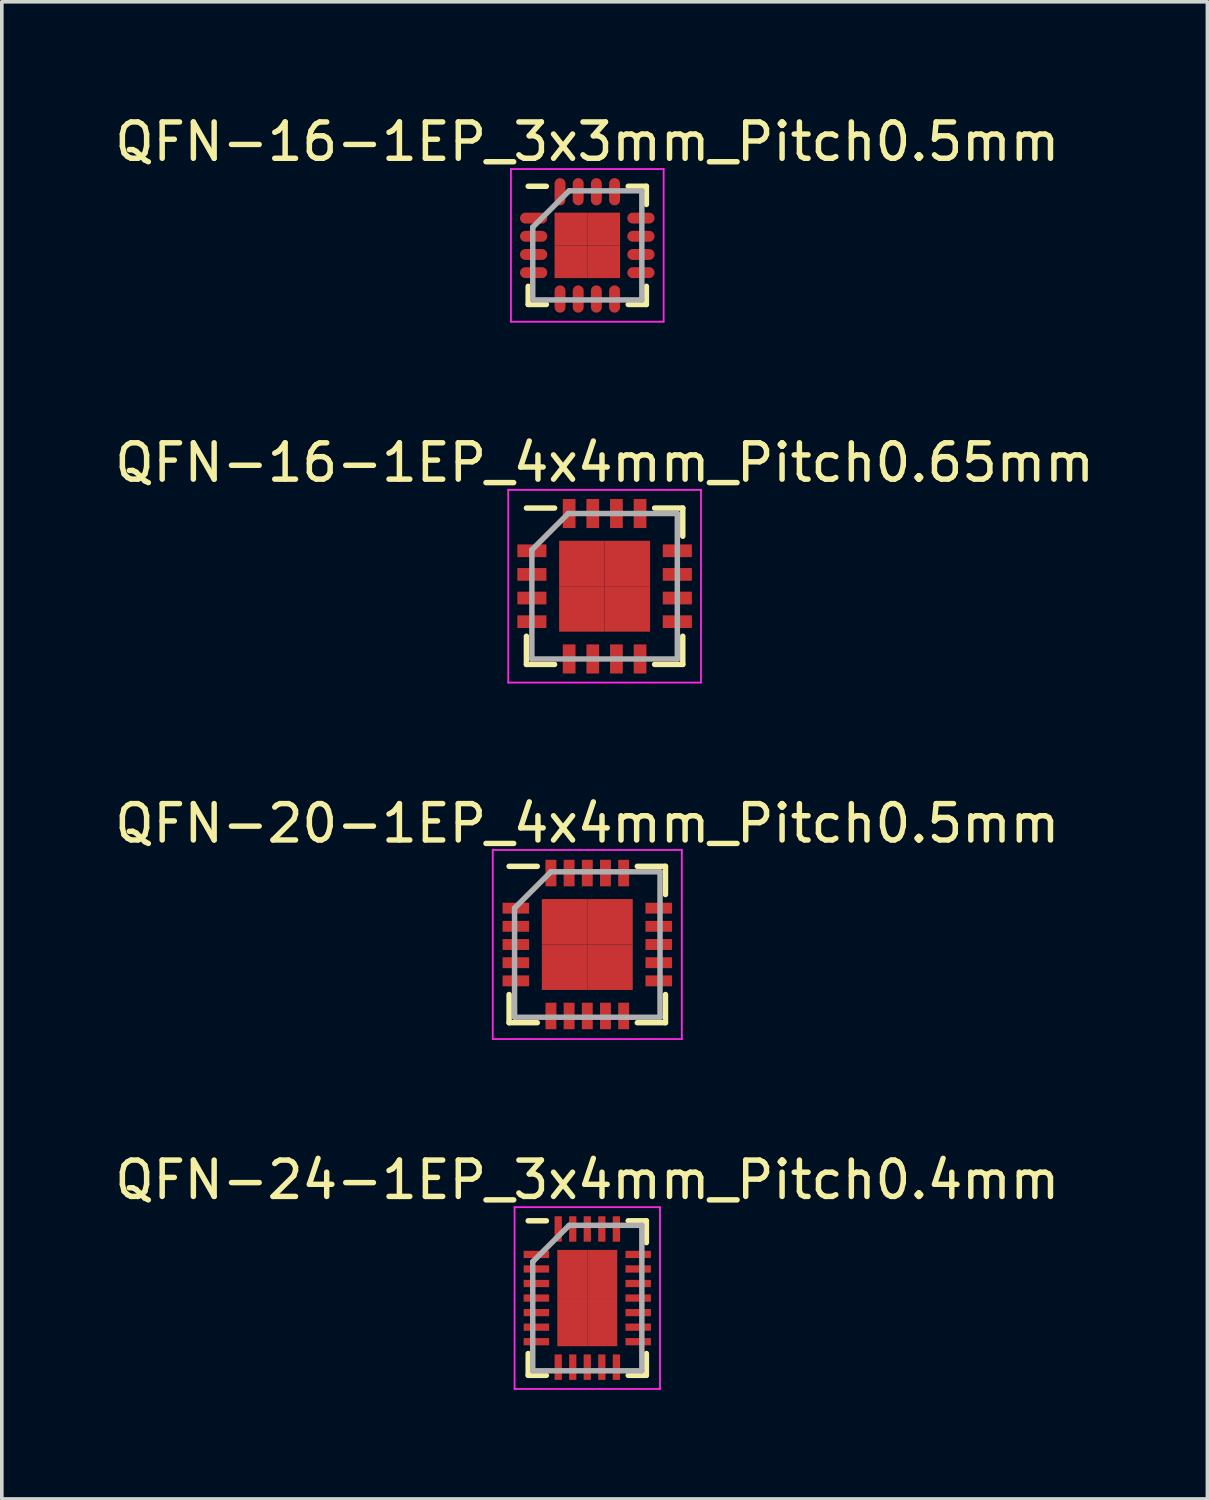
<source format=kicad_pcb>
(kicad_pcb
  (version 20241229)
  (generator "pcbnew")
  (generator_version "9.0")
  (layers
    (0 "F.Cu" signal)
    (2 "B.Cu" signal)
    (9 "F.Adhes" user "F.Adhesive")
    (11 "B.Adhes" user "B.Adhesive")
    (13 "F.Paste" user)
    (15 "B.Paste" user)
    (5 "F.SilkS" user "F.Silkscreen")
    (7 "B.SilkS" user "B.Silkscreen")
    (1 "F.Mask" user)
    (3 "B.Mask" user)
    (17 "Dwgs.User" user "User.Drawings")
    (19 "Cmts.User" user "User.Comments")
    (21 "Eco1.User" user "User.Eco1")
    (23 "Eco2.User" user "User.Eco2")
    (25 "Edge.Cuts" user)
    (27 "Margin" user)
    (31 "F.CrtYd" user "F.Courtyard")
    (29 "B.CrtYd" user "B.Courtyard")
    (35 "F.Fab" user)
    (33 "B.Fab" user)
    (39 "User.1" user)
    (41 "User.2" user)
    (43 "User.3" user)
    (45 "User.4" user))
  (footprint "QFN-24-1EP_3x4mm_Pitch0.4mm"
    (layer "F.Cu")
    (at 13.101 32.648)
    (property "Reference" "QFN-24-1EP_3x4mm_Pitch0.4mm" (at 0 -3.25 0) (layer "F.SilkS") (effects (font (size 1 1) (thickness 0.15))))
    (attr smd)
    (fp_line (start -1.625 -2.125) (end -1.125 -2.125) (stroke (width 0.15) (type solid)) (layer "F.SilkS"))
    (fp_line (start -1.625 2.125) (end -1.625 1.525) (stroke (width 0.15) (type solid)) (layer "F.SilkS"))
    (fp_line (start -1.625 2.125) (end -1.125 2.125) (stroke (width 0.15) (type solid)) (layer "F.SilkS"))
    (fp_line (start 1.625 -2.125) (end 1.125 -2.125) (stroke (width 0.15) (type solid)) (layer "F.SilkS"))
    (fp_line (start 1.625 -2.125) (end 1.625 -1.525) (stroke (width 0.15) (type solid)) (layer "F.SilkS"))
    (fp_line (start 1.625 2.125) (end 1.125 2.125) (stroke (width 0.15) (type solid)) (layer "F.SilkS"))
    (fp_line (start 1.625 2.125) (end 1.625 1.525) (stroke (width 0.15) (type solid)) (layer "F.SilkS"))
    (fp_line (start -2 -2.5) (end -2 2.5) (stroke (width 0.05) (type solid)) (layer "F.CrtYd"))
    (fp_line (start -2 -2.5) (end 2 -2.5) (stroke (width 0.05) (type solid)) (layer "F.CrtYd"))
    (fp_line (start -2 2.5) (end 2 2.5) (stroke (width 0.05) (type solid)) (layer "F.CrtYd"))
    (fp_line (start 2 -2.5) (end 2 2.5) (stroke (width 0.05) (type solid)) (layer "F.CrtYd"))
    (fp_line (start -1.5 -1) (end -0.5 -2) (stroke (width 0.15) (type solid)) (layer "F.Fab"))
    (fp_line (start -1.5 2) (end -1.5 -1) (stroke (width 0.15) (type solid)) (layer "F.Fab"))
    (fp_line (start -0.5 -2) (end 1.5 -2) (stroke (width 0.15) (type solid)) (layer "F.Fab"))
    (fp_line (start 1.5 -2) (end 1.5 2) (stroke (width 0.15) (type solid)) (layer "F.Fab"))
    (fp_line (start 1.5 2) (end -1.5 2) (stroke (width 0.15) (type solid)) (layer "F.Fab"))
    (pad "1" smd rect (at -1.4 -1.2) (size 0.7 0.2) (layers "F.Cu" "F.Mask" "F.Paste"))
    (pad "2" smd rect (at -1.4 -0.8) (size 0.7 0.2) (layers "F.Cu" "F.Mask" "F.Paste"))
    (pad "3" smd rect (at -1.4 -0.4) (size 0.7 0.2) (layers "F.Cu" "F.Mask" "F.Paste"))
    (pad "4" smd rect (at -1.4 0) (size 0.7 0.2) (layers "F.Cu" "F.Mask" "F.Paste"))
    (pad "5" smd rect (at -1.4 0.4) (size 0.7 0.2) (layers "F.Cu" "F.Mask" "F.Paste"))
    (pad "6" smd rect (at -1.4 0.8) (size 0.7 0.2) (layers "F.Cu" "F.Mask" "F.Paste"))
    (pad "7" smd rect (at -1.4 1.2) (size 0.7 0.2) (layers "F.Cu" "F.Mask" "F.Paste"))
    (pad "8" smd rect (at -0.8 1.9 90) (size 0.7 0.2) (layers "F.Cu" "F.Mask" "F.Paste"))
    (pad "9" smd rect (at -0.4 1.9 90) (size 0.7 0.2) (layers "F.Cu" "F.Mask" "F.Paste"))
    (pad "10" smd rect (at 0 1.9 90) (size 0.7 0.2) (layers "F.Cu" "F.Mask" "F.Paste"))
    (pad "11" smd rect (at 0.4 1.9 90) (size 0.7 0.2) (layers "F.Cu" "F.Mask" "F.Paste"))
    (pad "12" smd rect (at 0.8 1.9 90) (size 0.7 0.2) (layers "F.Cu" "F.Mask" "F.Paste"))
    (pad "13" smd rect (at 1.4 1.2) (size 0.7 0.2) (layers "F.Cu" "F.Mask" "F.Paste"))
    (pad "14" smd rect (at 1.4 0.8) (size 0.7 0.2) (layers "F.Cu" "F.Mask" "F.Paste"))
    (pad "15" smd rect (at 1.4 0.4) (size 0.7 0.2) (layers "F.Cu" "F.Mask" "F.Paste"))
    (pad "16" smd rect (at 1.4 0) (size 0.7 0.2) (layers "F.Cu" "F.Mask" "F.Paste"))
    (pad "17" smd rect (at 1.4 -0.4) (size 0.7 0.2) (layers "F.Cu" "F.Mask" "F.Paste"))
    (pad "18" smd rect (at 1.4 -0.8) (size 0.7 0.2) (layers "F.Cu" "F.Mask" "F.Paste"))
    (pad "19" smd rect (at 1.4 -1.2) (size 0.7 0.2) (layers "F.Cu" "F.Mask" "F.Paste"))
    (pad "20" smd rect (at 0.8 -1.9 90) (size 0.7 0.2) (layers "F.Cu" "F.Mask" "F.Paste"))
    (pad "21" smd rect (at 0.4 -1.9 90) (size 0.7 0.2) (layers "F.Cu" "F.Mask" "F.Paste"))
    (pad "22" smd rect (at 0 -1.9 90) (size 0.7 0.2) (layers "F.Cu" "F.Mask" "F.Paste"))
    (pad "23" smd rect (at -0.4 -1.9 90) (size 0.7 0.2) (layers "F.Cu" "F.Mask" "F.Paste"))
    (pad "24" smd rect (at -0.8 -1.9 90) (size 0.7 0.2) (layers "F.Cu" "F.Mask" "F.Paste"))
    (pad "25" smd rect (at -0.412 -0.662) (size 0.825 1.325) (layers "F.Cu" "F.Mask" "F.Paste"))
    (pad "25" smd rect (at -0.412 0.662) (size 0.825 1.325) (layers "F.Cu" "F.Mask" "F.Paste"))
    (pad "25" smd rect (at 0.412 -0.662) (size 0.825 1.325) (layers "F.Cu" "F.Mask" "F.Paste"))
    (pad "25" smd rect (at 0.412 0.662) (size 0.825 1.325) (layers "F.Cu" "F.Mask" "F.Paste")))
  (footprint "QFN-16-1EP_3x3mm_Pitch0.5mm"
    (layer "F.Cu")
    (at 13.101 3.698)
    (property "Reference" "QFN-16-1EP_3x3mm_Pitch0.5mm" (at 0 -2.85 0) (layer "F.SilkS") (effects (font (size 1 1) (thickness 0.15))))
    (attr smd)
    (fp_line (start -1.625 -1.625) (end -1.125 -1.625) (stroke (width 0.15) (type solid)) (layer "F.SilkS"))
    (fp_line (start -1.625 1.625) (end -1.625 1.125) (stroke (width 0.15) (type solid)) (layer "F.SilkS"))
    (fp_line (start -1.625 1.625) (end -1.125 1.625) (stroke (width 0.15) (type solid)) (layer "F.SilkS"))
    (fp_line (start 1.625 -1.625) (end 1.125 -1.625) (stroke (width 0.15) (type solid)) (layer "F.SilkS"))
    (fp_line (start 1.625 -1.625) (end 1.625 -1.125) (stroke (width 0.15) (type solid)) (layer "F.SilkS"))
    (fp_line (start 1.625 1.625) (end 1.125 1.625) (stroke (width 0.15) (type solid)) (layer "F.SilkS"))
    (fp_line (start 1.625 1.625) (end 1.625 1.125) (stroke (width 0.15) (type solid)) (layer "F.SilkS"))
    (fp_line (start -2.1 -2.1) (end -2.1 2.1) (stroke (width 0.05) (type solid)) (layer "F.CrtYd"))
    (fp_line (start -2.1 -2.1) (end 2.1 -2.1) (stroke (width 0.05) (type solid)) (layer "F.CrtYd"))
    (fp_line (start -2.1 2.1) (end 2.1 2.1) (stroke (width 0.05) (type solid)) (layer "F.CrtYd"))
    (fp_line (start 2.1 -2.1) (end 2.1 2.1) (stroke (width 0.05) (type solid)) (layer "F.CrtYd"))
    (fp_line (start -1.5 -0.5) (end -0.5 -1.5) (stroke (width 0.15) (type solid)) (layer "F.Fab"))
    (fp_line (start -1.5 1.5) (end -1.5 -0.5) (stroke (width 0.15) (type solid)) (layer "F.Fab"))
    (fp_line (start -0.5 -1.5) (end 1.5 -1.5) (stroke (width 0.15) (type solid)) (layer "F.Fab"))
    (fp_line (start 1.5 -1.5) (end 1.5 1.5) (stroke (width 0.15) (type solid)) (layer "F.Fab"))
    (fp_line (start 1.5 1.5) (end -1.5 1.5) (stroke (width 0.15) (type solid)) (layer "F.Fab"))
    (pad "1" smd oval (at -1.475 -0.75) (size 0.75 0.3) (layers "F.Cu" "F.Mask" "F.Paste"))
    (pad "2" smd oval (at -1.475 -0.25) (size 0.75 0.3) (layers "F.Cu" "F.Mask" "F.Paste"))
    (pad "3" smd oval (at -1.475 0.25) (size 0.75 0.3) (layers "F.Cu" "F.Mask" "F.Paste"))
    (pad "4" smd oval (at -1.475 0.75) (size 0.75 0.3) (layers "F.Cu" "F.Mask" "F.Paste"))
    (pad "5" smd oval (at -0.75 1.475 90) (size 0.75 0.3) (layers "F.Cu" "F.Mask" "F.Paste"))
    (pad "6" smd oval (at -0.25 1.475 90) (size 0.75 0.3) (layers "F.Cu" "F.Mask" "F.Paste"))
    (pad "7" smd oval (at 0.25 1.475 90) (size 0.75 0.3) (layers "F.Cu" "F.Mask" "F.Paste"))
    (pad "8" smd oval (at 0.75 1.475 90) (size 0.75 0.3) (layers "F.Cu" "F.Mask" "F.Paste"))
    (pad "9" smd oval (at 1.475 0.75) (size 0.75 0.3) (layers "F.Cu" "F.Mask" "F.Paste"))
    (pad "10" smd oval (at 1.475 0.25) (size 0.75 0.3) (layers "F.Cu" "F.Mask" "F.Paste"))
    (pad "11" smd oval (at 1.475 -0.25) (size 0.75 0.3) (layers "F.Cu" "F.Mask" "F.Paste"))
    (pad "12" smd oval (at 1.475 -0.75) (size 0.75 0.3) (layers "F.Cu" "F.Mask" "F.Paste"))
    (pad "13" smd oval (at 0.75 -1.475 90) (size 0.75 0.3) (layers "F.Cu" "F.Mask" "F.Paste"))
    (pad "14" smd oval (at 0.25 -1.475 90) (size 0.75 0.3) (layers "F.Cu" "F.Mask" "F.Paste"))
    (pad "15" smd oval (at -0.25 -1.475 90) (size 0.75 0.3) (layers "F.Cu" "F.Mask" "F.Paste"))
    (pad "16" smd oval (at -0.75 -1.475 90) (size 0.75 0.3) (layers "F.Cu" "F.Mask" "F.Paste"))
    (pad "17" smd rect (at -0.45 -0.45) (size 0.9 0.9) (layers "F.Cu" "F.Mask" "F.Paste"))
    (pad "17" smd rect (at -0.45 0.45) (size 0.9 0.9) (layers "F.Cu" "F.Mask" "F.Paste"))
    (pad "17" smd rect (at 0.45 -0.45) (size 0.9 0.9) (layers "F.Cu" "F.Mask" "F.Paste"))
    (pad "17" smd rect (at 0.45 0.45) (size 0.9 0.9) (layers "F.Cu" "F.Mask" "F.Paste")))
  (footprint "QFN-16-1EP_4x4mm_Pitch0.65mm"
    (layer "F.Cu")
    (at 13.577 13.072)
    (property "Reference" "QFN-16-1EP_4x4mm_Pitch0.65mm" (at 0 -3.4 0) (layer "F.SilkS") (effects (font (size 1 1) (thickness 0.15))))
    (attr smd)
    (fp_line (start -2.15 -2.15) (end -1.375 -2.15) (stroke (width 0.15) (type solid)) (layer "F.SilkS"))
    (fp_line (start -2.15 2.15) (end -2.15 1.375) (stroke (width 0.15) (type solid)) (layer "F.SilkS"))
    (fp_line (start -2.15 2.15) (end -1.375 2.15) (stroke (width 0.15) (type solid)) (layer "F.SilkS"))
    (fp_line (start 2.15 -2.15) (end 1.375 -2.15) (stroke (width 0.15) (type solid)) (layer "F.SilkS"))
    (fp_line (start 2.15 -2.15) (end 2.15 -1.375) (stroke (width 0.15) (type solid)) (layer "F.SilkS"))
    (fp_line (start 2.15 2.15) (end 1.375 2.15) (stroke (width 0.15) (type solid)) (layer "F.SilkS"))
    (fp_line (start 2.15 2.15) (end 2.15 1.375) (stroke (width 0.15) (type solid)) (layer "F.SilkS"))
    (fp_line (start -2.65 -2.65) (end -2.65 2.65) (stroke (width 0.05) (type solid)) (layer "F.CrtYd"))
    (fp_line (start -2.65 -2.65) (end 2.65 -2.65) (stroke (width 0.05) (type solid)) (layer "F.CrtYd"))
    (fp_line (start -2.65 2.65) (end 2.65 2.65) (stroke (width 0.05) (type solid)) (layer "F.CrtYd"))
    (fp_line (start 2.65 -2.65) (end 2.65 2.65) (stroke (width 0.05) (type solid)) (layer "F.CrtYd"))
    (fp_line (start -2 -1) (end -1 -2) (stroke (width 0.15) (type solid)) (layer "F.Fab"))
    (fp_line (start -2 2) (end -2 -1) (stroke (width 0.15) (type solid)) (layer "F.Fab"))
    (fp_line (start -1 -2) (end 2 -2) (stroke (width 0.15) (type solid)) (layer "F.Fab"))
    (fp_line (start 2 -2) (end 2 2) (stroke (width 0.15) (type solid)) (layer "F.Fab"))
    (fp_line (start 2 2) (end -2 2) (stroke (width 0.15) (type solid)) (layer "F.Fab"))
    (pad "1" smd rect (at -2 -0.975) (size 0.8 0.35) (layers "F.Cu" "F.Mask" "F.Paste"))
    (pad "2" smd rect (at -2 -0.325) (size 0.8 0.35) (layers "F.Cu" "F.Mask" "F.Paste"))
    (pad "3" smd rect (at -2 0.325) (size 0.8 0.35) (layers "F.Cu" "F.Mask" "F.Paste"))
    (pad "4" smd rect (at -2 0.975) (size 0.8 0.35) (layers "F.Cu" "F.Mask" "F.Paste"))
    (pad "5" smd rect (at -0.975 2 90) (size 0.8 0.35) (layers "F.Cu" "F.Mask" "F.Paste"))
    (pad "6" smd rect (at -0.325 2 90) (size 0.8 0.35) (layers "F.Cu" "F.Mask" "F.Paste"))
    (pad "7" smd rect (at 0.325 2 90) (size 0.8 0.35) (layers "F.Cu" "F.Mask" "F.Paste"))
    (pad "8" smd rect (at 0.975 2 90) (size 0.8 0.35) (layers "F.Cu" "F.Mask" "F.Paste"))
    (pad "9" smd rect (at 2 0.975) (size 0.8 0.35) (layers "F.Cu" "F.Mask" "F.Paste"))
    (pad "10" smd rect (at 2 0.325) (size 0.8 0.35) (layers "F.Cu" "F.Mask" "F.Paste"))
    (pad "11" smd rect (at 2 -0.325) (size 0.8 0.35) (layers "F.Cu" "F.Mask" "F.Paste"))
    (pad "12" smd rect (at 2 -0.975) (size 0.8 0.35) (layers "F.Cu" "F.Mask" "F.Paste"))
    (pad "13" smd rect (at 0.975 -2 90) (size 0.8 0.35) (layers "F.Cu" "F.Mask" "F.Paste"))
    (pad "14" smd rect (at 0.325 -2 90) (size 0.8 0.35) (layers "F.Cu" "F.Mask" "F.Paste"))
    (pad "15" smd rect (at -0.325 -2 90) (size 0.8 0.35) (layers "F.Cu" "F.Mask" "F.Paste"))
    (pad "16" smd rect (at -0.975 -2 90) (size 0.8 0.35) (layers "F.Cu" "F.Mask" "F.Paste"))
    (pad "17" smd rect (at -0.625 -0.625) (size 1.25 1.25) (layers "F.Cu" "F.Mask" "F.Paste"))
    (pad "17" smd rect (at -0.625 0.625) (size 1.25 1.25) (layers "F.Cu" "F.Mask" "F.Paste"))
    (pad "17" smd rect (at 0.625 -0.625) (size 1.25 1.25) (layers "F.Cu" "F.Mask" "F.Paste"))
    (pad "17" smd rect (at 0.625 0.625) (size 1.25 1.25) (layers "F.Cu" "F.Mask" "F.Paste")))
  (footprint "QFN-20-1EP_4x4mm_Pitch0.5mm"
    (layer "F.Cu")
    (at 13.101 22.925)
    (property "Reference" "QFN-20-1EP_4x4mm_Pitch0.5mm" (at 0 -3.33 0) (layer "F.SilkS") (effects (font (size 1 1) (thickness 0.15))))
    (attr smd)
    (fp_line (start -2.15 -2.15) (end -1.375 -2.15) (stroke (width 0.15) (type solid)) (layer "F.SilkS"))
    (fp_line (start -2.15 2.15) (end -2.15 1.375) (stroke (width 0.15) (type solid)) (layer "F.SilkS"))
    (fp_line (start -2.15 2.15) (end -1.375 2.15) (stroke (width 0.15) (type solid)) (layer "F.SilkS"))
    (fp_line (start 2.15 -2.15) (end 1.375 -2.15) (stroke (width 0.15) (type solid)) (layer "F.SilkS"))
    (fp_line (start 2.15 -2.15) (end 2.15 -1.375) (stroke (width 0.15) (type solid)) (layer "F.SilkS"))
    (fp_line (start 2.15 2.15) (end 1.375 2.15) (stroke (width 0.15) (type solid)) (layer "F.SilkS"))
    (fp_line (start 2.15 2.15) (end 2.15 1.375) (stroke (width 0.15) (type solid)) (layer "F.SilkS"))
    (fp_line (start -2.6 -2.6) (end -2.6 2.6) (stroke (width 0.05) (type solid)) (layer "F.CrtYd"))
    (fp_line (start -2.6 -2.6) (end 2.6 -2.6) (stroke (width 0.05) (type solid)) (layer "F.CrtYd"))
    (fp_line (start -2.6 2.6) (end 2.6 2.6) (stroke (width 0.05) (type solid)) (layer "F.CrtYd"))
    (fp_line (start 2.6 -2.6) (end 2.6 2.6) (stroke (width 0.05) (type solid)) (layer "F.CrtYd"))
    (fp_line (start -2 -1) (end -1 -2) (stroke (width 0.15) (type solid)) (layer "F.Fab"))
    (fp_line (start -2 2) (end -2 -1) (stroke (width 0.15) (type solid)) (layer "F.Fab"))
    (fp_line (start -1 -2) (end 2 -2) (stroke (width 0.15) (type solid)) (layer "F.Fab"))
    (fp_line (start 2 -2) (end 2 2) (stroke (width 0.15) (type solid)) (layer "F.Fab"))
    (fp_line (start 2 2) (end -2 2) (stroke (width 0.15) (type solid)) (layer "F.Fab"))
    (pad "1" smd rect (at -1.965 -1) (size 0.73 0.3) (layers "F.Cu" "F.Mask" "F.Paste"))
    (pad "2" smd rect (at -1.965 -0.5) (size 0.73 0.3) (layers "F.Cu" "F.Mask" "F.Paste"))
    (pad "3" smd rect (at -1.965 0) (size 0.73 0.3) (layers "F.Cu" "F.Mask" "F.Paste"))
    (pad "4" smd rect (at -1.965 0.5) (size 0.73 0.3) (layers "F.Cu" "F.Mask" "F.Paste"))
    (pad "5" smd rect (at -1.965 1) (size 0.73 0.3) (layers "F.Cu" "F.Mask" "F.Paste"))
    (pad "6" smd rect (at -1 1.965 90) (size 0.73 0.3) (layers "F.Cu" "F.Mask" "F.Paste"))
    (pad "7" smd rect (at -0.5 1.965 90) (size 0.73 0.3) (layers "F.Cu" "F.Mask" "F.Paste"))
    (pad "8" smd rect (at 0 1.965 90) (size 0.73 0.3) (layers "F.Cu" "F.Mask" "F.Paste"))
    (pad "9" smd rect (at 0.5 1.965 90) (size 0.73 0.3) (layers "F.Cu" "F.Mask" "F.Paste"))
    (pad "10" smd rect (at 1 1.965 90) (size 0.73 0.3) (layers "F.Cu" "F.Mask" "F.Paste"))
    (pad "11" smd rect (at 1.965 1) (size 0.73 0.3) (layers "F.Cu" "F.Mask" "F.Paste"))
    (pad "12" smd rect (at 1.965 0.5) (size 0.73 0.3) (layers "F.Cu" "F.Mask" "F.Paste"))
    (pad "13" smd rect (at 1.965 0) (size 0.73 0.3) (layers "F.Cu" "F.Mask" "F.Paste"))
    (pad "14" smd rect (at 1.965 -0.5) (size 0.73 0.3) (layers "F.Cu" "F.Mask" "F.Paste"))
    (pad "15" smd rect (at 1.965 -1) (size 0.73 0.3) (layers "F.Cu" "F.Mask" "F.Paste"))
    (pad "16" smd rect (at 1 -1.965 90) (size 0.73 0.3) (layers "F.Cu" "F.Mask" "F.Paste"))
    (pad "17" smd rect (at 0.5 -1.965 90) (size 0.73 0.3) (layers "F.Cu" "F.Mask" "F.Paste"))
    (pad "18" smd rect (at 0 -1.965 90) (size 0.73 0.3) (layers "F.Cu" "F.Mask" "F.Paste"))
    (pad "19" smd rect (at -0.5 -1.965 90) (size 0.73 0.3) (layers "F.Cu" "F.Mask" "F.Paste"))
    (pad "20" smd rect (at -1 -1.965 90) (size 0.73 0.3) (layers "F.Cu" "F.Mask" "F.Paste"))
    (pad "21" smd rect (at -0.625 -0.625) (size 1.25 1.25) (layers "F.Cu" "F.Mask" "F.Paste"))
    (pad "21" smd rect (at -0.625 0.625) (size 1.25 1.25) (layers "F.Cu" "F.Mask" "F.Paste"))
    (pad "21" smd rect (at 0.625 -0.625) (size 1.25 1.25) (layers "F.Cu" "F.Mask" "F.Paste"))
    (pad "21" smd rect (at 0.625 0.625) (size 1.25 1.25) (layers "F.Cu" "F.Mask" "F.Paste")))
  (gr_rect
    (start -3 -3)
    (end 30.155 38.173)
    (stroke (width 0.1) (type default))
    (fill no)
    (layer "Edge.Cuts")))
</source>
